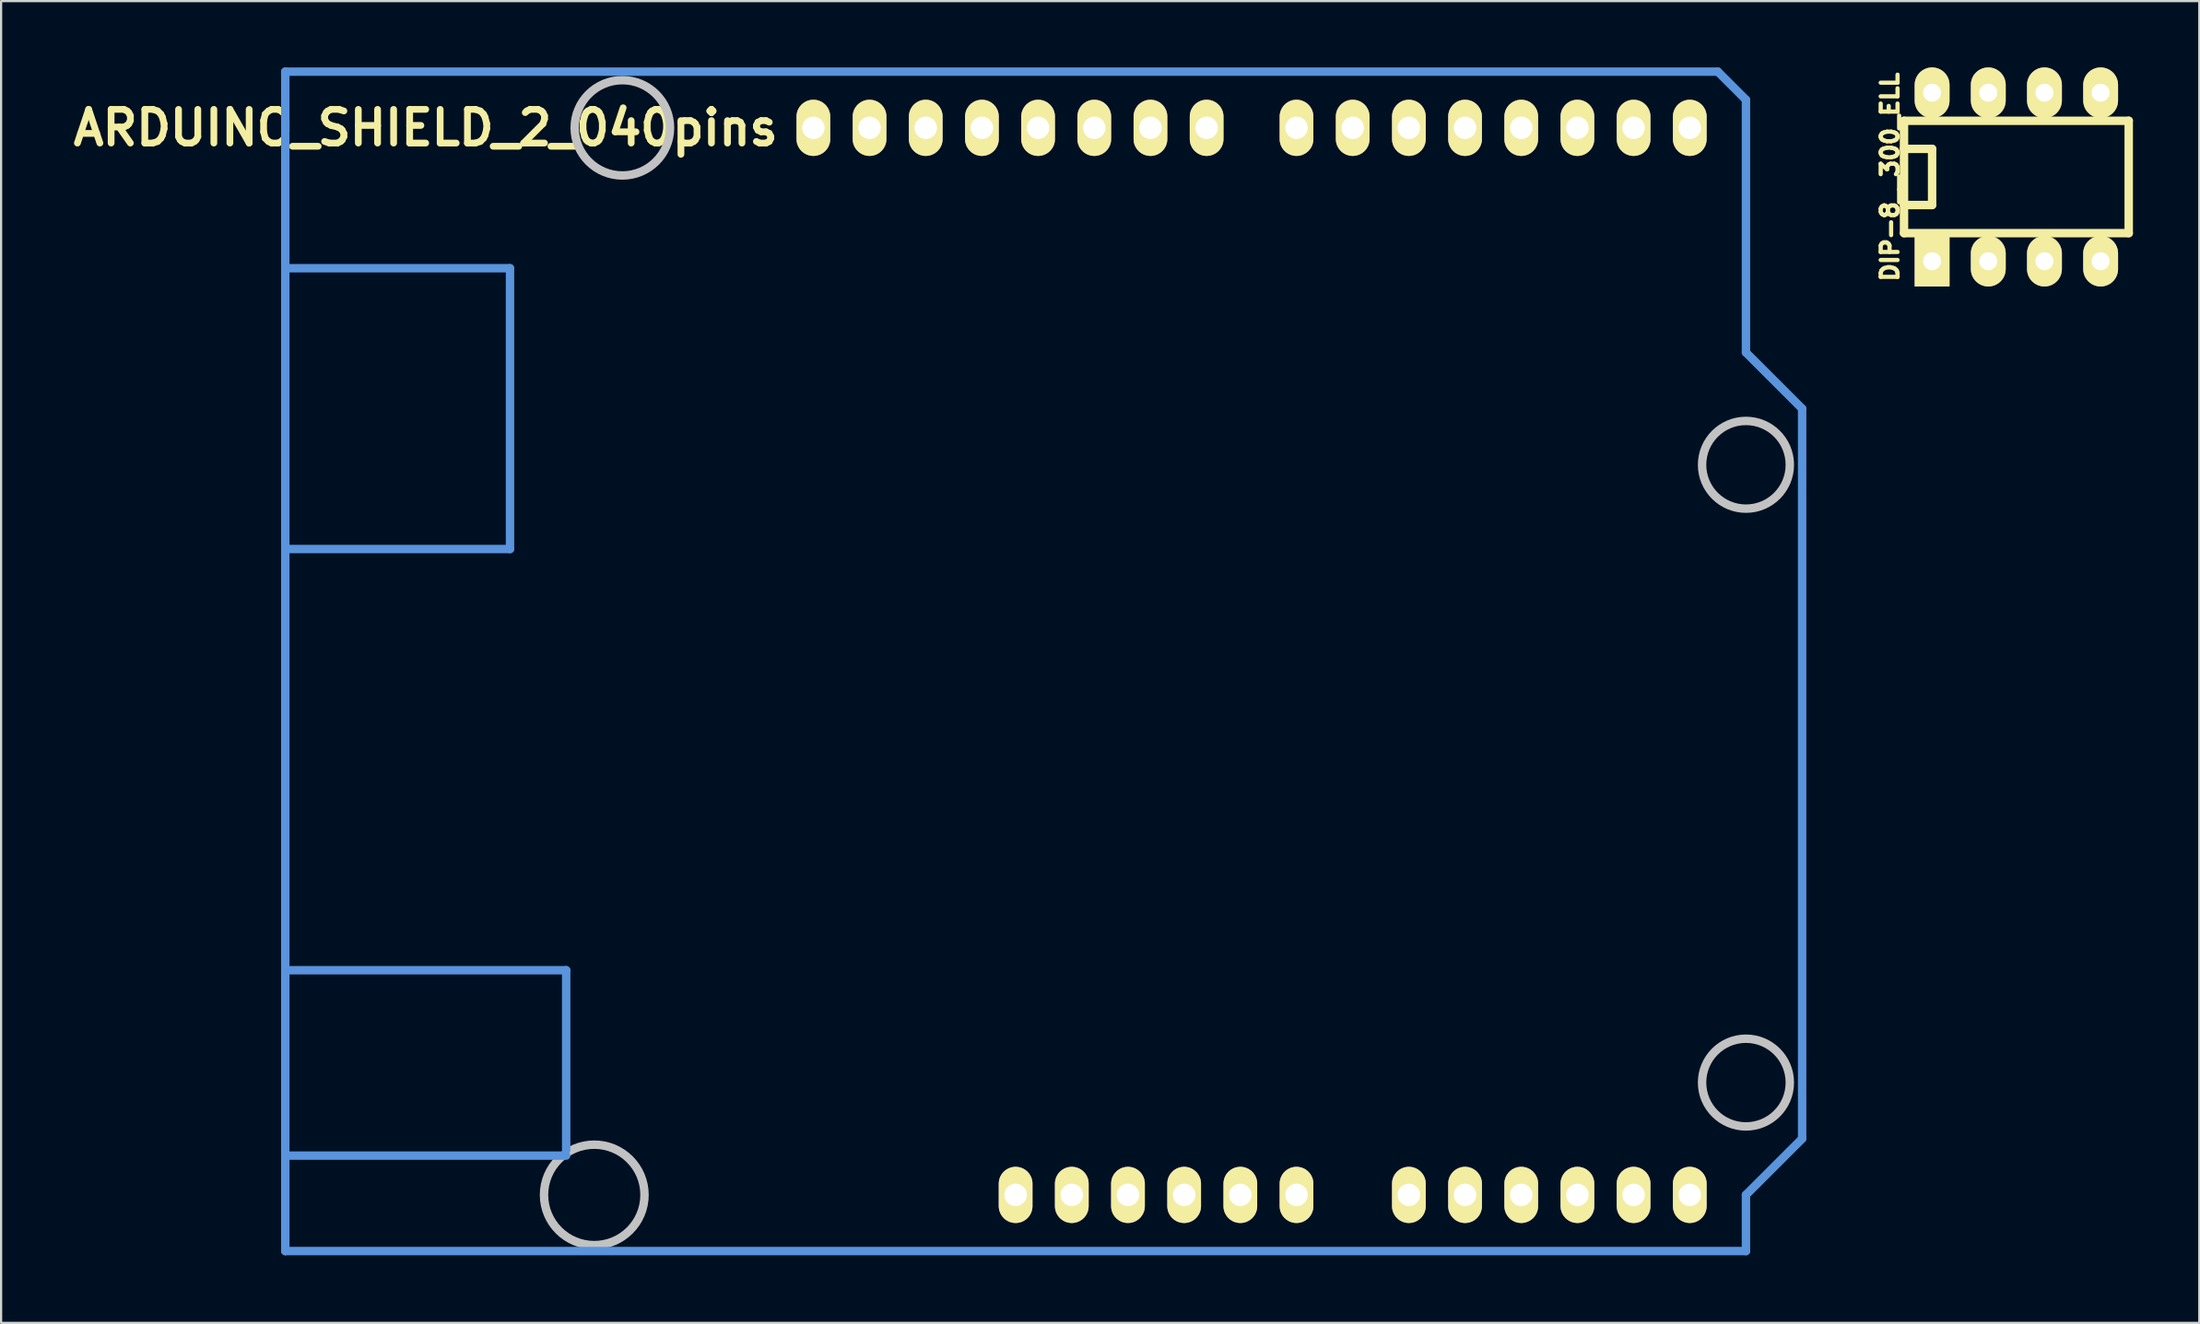
<source format=kicad_pcb>
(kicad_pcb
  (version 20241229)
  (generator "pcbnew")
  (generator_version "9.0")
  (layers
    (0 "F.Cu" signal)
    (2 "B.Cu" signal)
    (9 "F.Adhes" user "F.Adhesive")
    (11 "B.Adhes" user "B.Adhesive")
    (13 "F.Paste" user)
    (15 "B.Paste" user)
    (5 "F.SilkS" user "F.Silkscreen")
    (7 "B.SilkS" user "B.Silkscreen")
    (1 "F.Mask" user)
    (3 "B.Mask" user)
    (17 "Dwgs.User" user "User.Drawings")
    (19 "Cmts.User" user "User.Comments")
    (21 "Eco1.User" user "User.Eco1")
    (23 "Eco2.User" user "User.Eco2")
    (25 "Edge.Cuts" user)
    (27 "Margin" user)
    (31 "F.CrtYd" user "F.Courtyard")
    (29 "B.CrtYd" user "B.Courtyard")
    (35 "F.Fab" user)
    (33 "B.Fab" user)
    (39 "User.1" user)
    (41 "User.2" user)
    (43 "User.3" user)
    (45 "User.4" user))
  (footprint "ARDUINO_SHIELD_2_040pins"
    (layer "F.Cu")
    (at 9.848 53.531)
    (property "Reference" "ARDUINO_SHIELD_2_040pins" (at 6.35 -50.8 0) (layer "F.SilkS") (effects (font (size 1.524 1.524) (thickness 0.305))))
    (attr through_hole)
    (fp_circle (center 13.97 -2.54) (end 16.002 -1.524) (stroke (width 0.381) (type solid)) (fill no) (layer "Dwgs.User"))
    (fp_circle (center 15.24 -50.8) (end 16.764 -49.276) (stroke (width 0.381) (type solid)) (fill no) (layer "Dwgs.User"))
    (fp_circle (center 66.04 -35.56) (end 67.31 -34.036) (stroke (width 0.381) (type solid)) (fill no) (layer "Dwgs.User"))
    (fp_circle (center 66.04 -7.62) (end 67.31 -6.096) (stroke (width 0.381) (type solid)) (fill no) (layer "Dwgs.User"))
    (fp_line (start 0 -44.45) (end 10.16 -44.45) (stroke (width 0.381) (type solid)) (layer "Cmts.User"))
    (fp_line (start 0 -12.7) (end 12.7 -12.7) (stroke (width 0.381) (type solid)) (layer "Cmts.User"))
    (fp_line (start 0 0) (end 0 -53.34) (stroke (width 0.381) (type solid)) (layer "Cmts.User"))
    (fp_line (start 10.16 -44.45) (end 10.16 -31.75) (stroke (width 0.381) (type solid)) (layer "Cmts.User"))
    (fp_line (start 10.16 -31.75) (end 0 -31.75) (stroke (width 0.381) (type solid)) (layer "Cmts.User"))
    (fp_line (start 12.7 -12.7) (end 12.7 -4.572) (stroke (width 0.381) (type solid)) (layer "Cmts.User"))
    (fp_line (start 12.7 -4.318) (end 0 -4.318) (stroke (width 0.381) (type solid)) (layer "Cmts.User"))
    (fp_line (start 64.77 -53.34) (end 0 -53.34) (stroke (width 0.381) (type solid)) (layer "Cmts.User"))
    (fp_line (start 66.04 -52.07) (end 64.77 -53.34) (stroke (width 0.381) (type solid)) (layer "Cmts.User"))
    (fp_line (start 66.04 -40.64) (end 66.04 -52.07) (stroke (width 0.381) (type solid)) (layer "Cmts.User"))
    (fp_line (start 66.04 -40.64) (end 68.58 -38.1) (stroke (width 0.381) (type solid)) (layer "Cmts.User"))
    (fp_line (start 66.04 -2.54) (end 66.04 0) (stroke (width 0.381) (type solid)) (layer "Cmts.User"))
    (fp_line (start 66.04 0) (end 0 0) (stroke (width 0.381) (type solid)) (layer "Cmts.User"))
    (fp_line (start 68.58 -38.1) (end 68.58 -5.08) (stroke (width 0.381) (type solid)) (layer "Cmts.User"))
    (fp_line (start 68.58 -5.08) (end 66.04 -2.54) (stroke (width 0.381) (type solid)) (layer "Cmts.User"))
    (pad "0" thru_hole oval (at 63.5 -50.8 90) (size 2.54 1.524) (drill 1.016) (layers "*.Cu" "*.Mask" "F.SilkS"))
    (pad "1" thru_hole oval (at 60.96 -50.8 90) (size 2.54 1.524) (drill 1.016) (layers "*.Cu" "*.Mask" "F.SilkS"))
    (pad "2" thru_hole oval (at 58.42 -50.8 90) (size 2.54 1.524) (drill 1.016) (layers "*.Cu" "*.Mask" "F.SilkS"))
    (pad "3" thru_hole oval (at 55.88 -50.8 90) (size 2.54 1.524) (drill 1.016) (layers "*.Cu" "*.Mask" "F.SilkS"))
    (pad "3V3" thru_hole oval (at 35.56 -2.54 90) (size 2.54 1.524) (drill 1.016) (layers "*.Cu" "*.Mask" "F.SilkS"))
    (pad "4" thru_hole oval (at 53.34 -50.8 90) (size 2.54 1.524) (drill 1.016) (layers "*.Cu" "*.Mask" "F.SilkS"))
    (pad "5" thru_hole oval (at 50.8 -50.8 90) (size 2.54 1.524) (drill 1.016) (layers "*.Cu" "*.Mask" "F.SilkS"))
    (pad "5V" thru_hole oval (at 38.1 -2.54 90) (size 2.54 1.524) (drill 1.016) (layers "*.Cu" "*.Mask" "F.SilkS"))
    (pad "6" thru_hole oval (at 48.26 -50.8 90) (size 2.54 1.524) (drill 1.016) (layers "*.Cu" "*.Mask" "F.SilkS"))
    (pad "7" thru_hole oval (at 45.72 -50.8 90) (size 2.54 1.524) (drill 1.016) (layers "*.Cu" "*.Mask" "F.SilkS"))
    (pad "8" thru_hole oval (at 41.656 -50.8 90) (size 2.54 1.524) (drill 1.016) (layers "*.Cu" "*.Mask" "F.SilkS"))
    (pad "9" thru_hole oval (at 39.116 -50.8 90) (size 2.54 1.524) (drill 1.016) (layers "*.Cu" "*.Mask" "F.SilkS"))
    (pad "10" thru_hole oval (at 36.576 -50.8 90) (size 2.54 1.524) (drill 1.016) (layers "*.Cu" "*.Mask" "F.SilkS"))
    (pad "11" thru_hole oval (at 34.036 -50.8 90) (size 2.54 1.524) (drill 1.016) (layers "*.Cu" "*.Mask" "F.SilkS"))
    (pad "12" thru_hole oval (at 31.496 -50.8 90) (size 2.54 1.524) (drill 1.016) (layers "*.Cu" "*.Mask" "F.SilkS"))
    (pad "13" thru_hole oval (at 28.956 -50.8 90) (size 2.54 1.524) (drill 1.016) (layers "*.Cu" "*.Mask" "F.SilkS"))
    (pad "AD0" thru_hole oval (at 50.8 -2.54 90) (size 2.54 1.524) (drill 1.016) (layers "*.Cu" "*.Mask" "F.SilkS"))
    (pad "AD1" thru_hole oval (at 53.34 -2.54 90) (size 2.54 1.524) (drill 1.016) (layers "*.Cu" "*.Mask" "F.SilkS"))
    (pad "AD2" thru_hole oval (at 55.88 -2.54 90) (size 2.54 1.524) (drill 1.016) (layers "*.Cu" "*.Mask" "F.SilkS"))
    (pad "AD3" thru_hole oval (at 58.42 -2.54 90) (size 2.54 1.524) (drill 1.016) (layers "*.Cu" "*.Mask" "F.SilkS"))
    (pad "AD4" thru_hole oval (at 60.96 -2.54 90) (size 2.54 1.524) (drill 1.016) (layers "*.Cu" "*.Mask" "F.SilkS"))
    (pad "AD5" thru_hole oval (at 63.5 -2.54 90) (size 2.54 1.524) (drill 1.016) (layers "*.Cu" "*.Mask" "F.SilkS"))
    (pad "AREF" thru_hole oval (at 23.876 -50.8 90) (size 2.54 1.524) (drill 1.016) (layers "*.Cu" "*.Mask" "F.SilkS"))
    (pad "GND1" thru_hole oval (at 40.64 -2.54 90) (size 2.54 1.524) (drill 1.016) (layers "*.Cu" "*.Mask" "F.SilkS"))
    (pad "GND2" thru_hole oval (at 43.18 -2.54 90) (size 2.54 1.524) (drill 1.016) (layers "*.Cu" "*.Mask" "F.SilkS"))
    (pad "GND3" thru_hole oval (at 26.416 -50.8 90) (size 2.54 1.524) (drill 1.016) (layers "*.Cu" "*.Mask" "F.SilkS"))
    (pad "RST" thru_hole oval (at 33.02 -2.54 90) (size 2.54 1.524) (drill 1.016) (layers "*.Cu" "*.Mask" "F.SilkS"))
    (pad "V_IN" thru_hole oval (at 45.72 -2.54 90) (size 2.54 1.524) (drill 1.016) (layers "*.Cu" "*.Mask" "F.SilkS")))
  (footprint "DIP-8__300_ELL"
    (layer "F.Cu")
    (at 88.114 4.953)
    (property "Reference" "DIP-8__300_ELL" (at -5.715 0 90) (layer "F.SilkS") (effects (font (size 0.762 0.762) (thickness 0.191))))
    (attr through_hole)
    (fp_line (start -5.08 -2.54) (end 5.08 -2.54) (stroke (width 0.381) (type solid)) (layer "F.SilkS"))
    (fp_line (start -5.08 -1.27) (end -3.81 -1.27) (stroke (width 0.381) (type solid)) (layer "F.SilkS"))
    (fp_line (start -5.08 2.54) (end -5.08 -2.54) (stroke (width 0.381) (type solid)) (layer "F.SilkS"))
    (fp_line (start -3.81 -1.27) (end -3.81 1.27) (stroke (width 0.381) (type solid)) (layer "F.SilkS"))
    (fp_line (start -3.81 1.27) (end -5.08 1.27) (stroke (width 0.381) (type solid)) (layer "F.SilkS"))
    (fp_line (start 5.08 -2.54) (end 5.08 2.54) (stroke (width 0.381) (type solid)) (layer "F.SilkS"))
    (fp_line (start 5.08 2.54) (end -5.08 2.54) (stroke (width 0.381) (type solid)) (layer "F.SilkS"))
    (pad "1" thru_hole rect (at -3.81 3.81) (size 1.575 2.286) (drill 0.813) (layers "*.Cu" "*.Mask" "F.SilkS"))
    (pad "2" thru_hole oval (at -1.27 3.81) (size 1.575 2.286) (drill 0.813) (layers "*.Cu" "*.Mask" "F.SilkS"))
    (pad "3" thru_hole oval (at 1.27 3.81) (size 1.575 2.286) (drill 0.813) (layers "*.Cu" "*.Mask" "F.SilkS"))
    (pad "4" thru_hole oval (at 3.81 3.81) (size 1.575 2.286) (drill 0.813) (layers "*.Cu" "*.Mask" "F.SilkS"))
    (pad "5" thru_hole oval (at 3.81 -3.81) (size 1.575 2.286) (drill 0.813) (layers "*.Cu" "*.Mask" "F.SilkS"))
    (pad "6" thru_hole oval (at 1.27 -3.81) (size 1.575 2.286) (drill 0.813) (layers "*.Cu" "*.Mask" "F.SilkS"))
    (pad "7" thru_hole oval (at -1.27 -3.81) (size 1.575 2.286) (drill 0.813) (layers "*.Cu" "*.Mask" "F.SilkS"))
    (pad "8" thru_hole oval (at -3.81 -3.81) (size 1.575 2.286) (drill 0.813) (layers "*.Cu" "*.Mask" "F.SilkS")))
  (gr_rect
    (start -3 -3)
    (end 96.384 56.781)
    (stroke (width 0.1) (type default))
    (fill no)
    (layer "Edge.Cuts")))
</source>
